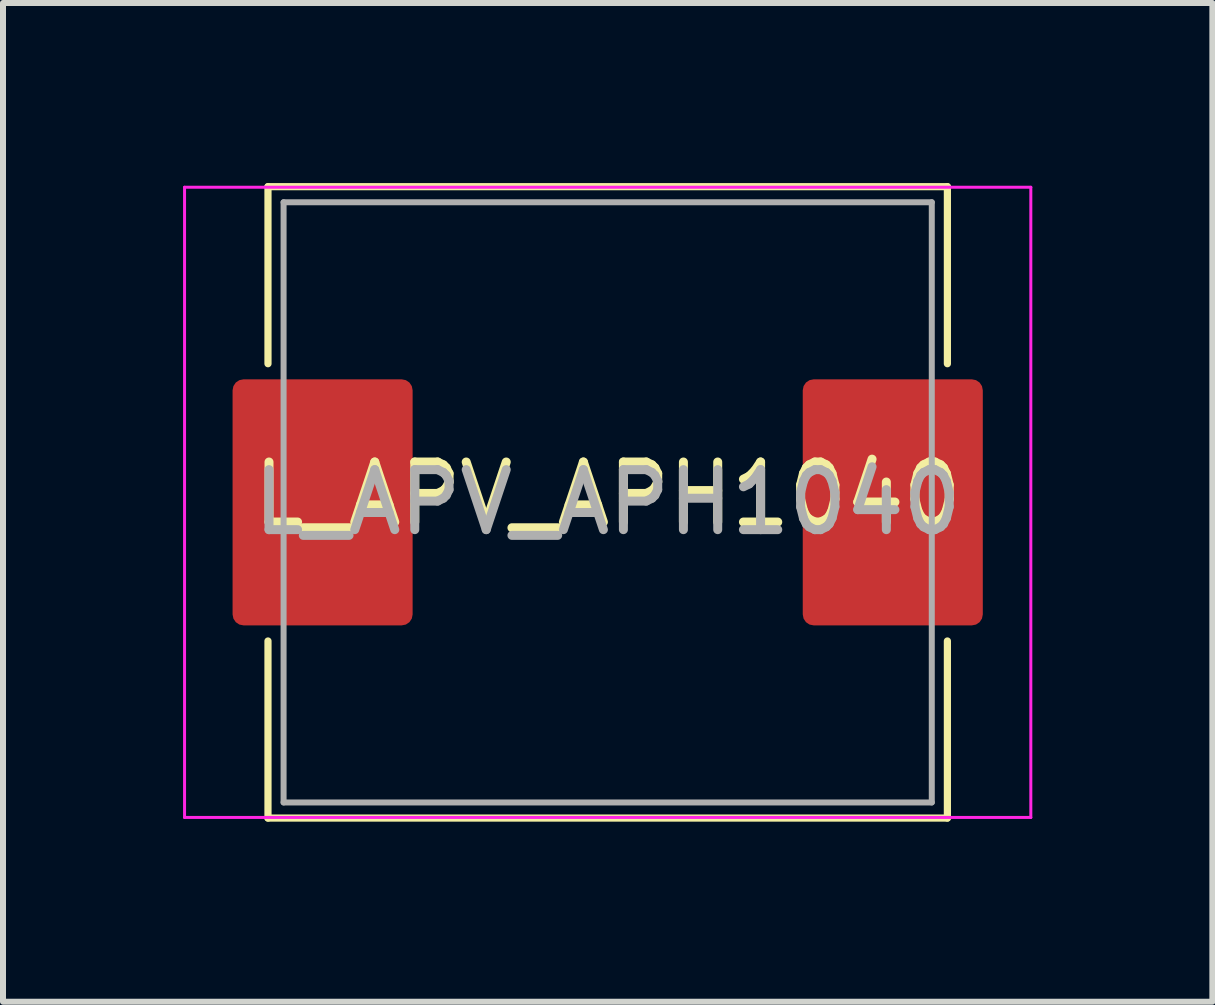
<source format=kicad_pcb>
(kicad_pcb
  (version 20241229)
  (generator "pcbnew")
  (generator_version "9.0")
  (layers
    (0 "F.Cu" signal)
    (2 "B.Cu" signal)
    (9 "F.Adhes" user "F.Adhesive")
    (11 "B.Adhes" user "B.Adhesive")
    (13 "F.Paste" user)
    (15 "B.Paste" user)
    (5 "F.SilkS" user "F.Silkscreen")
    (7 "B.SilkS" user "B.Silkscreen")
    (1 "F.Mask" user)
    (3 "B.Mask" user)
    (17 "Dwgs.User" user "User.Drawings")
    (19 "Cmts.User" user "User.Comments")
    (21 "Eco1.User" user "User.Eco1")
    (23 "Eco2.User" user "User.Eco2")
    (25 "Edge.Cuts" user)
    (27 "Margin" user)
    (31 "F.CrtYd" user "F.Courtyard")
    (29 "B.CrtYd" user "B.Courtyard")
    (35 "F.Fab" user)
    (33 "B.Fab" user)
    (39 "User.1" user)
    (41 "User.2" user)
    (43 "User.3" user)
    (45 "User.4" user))
  (footprint "L_APV_APH1040"
    (layer "F.Cu")
    (at 7.075 5.32)
    (property "Reference" "L_APV_APH1040" (at 0 -0.127 0) (layer "F.SilkS") (effects (font (size 1 1) (thickness 0.15))))
    (attr smd)
    (fp_line (start -5.66 -5.26) (end -5.66 -2.31) (stroke (width 0.12) (type solid)) (layer "F.SilkS"))
    (fp_line (start -5.66 -5.26) (end 5.66 -5.26) (stroke (width 0.12) (type solid)) (layer "F.SilkS"))
    (fp_line (start -5.66 5.26) (end -5.66 2.31) (stroke (width 0.12) (type solid)) (layer "F.SilkS"))
    (fp_line (start -5.66 5.26) (end 5.66 5.26) (stroke (width 0.12) (type solid)) (layer "F.SilkS"))
    (fp_line (start 5.66 -5.26) (end 5.66 -2.31) (stroke (width 0.12) (type solid)) (layer "F.SilkS"))
    (fp_line (start 5.66 5.26) (end 5.66 2.31) (stroke (width 0.12) (type solid)) (layer "F.SilkS"))
    (fp_line (start -7.05 -5.25) (end -7.05 5.25) (stroke (width 0.05) (type solid)) (layer "F.CrtYd"))
    (fp_line (start -7.05 5.25) (end 7.05 5.25) (stroke (width 0.05) (type solid)) (layer "F.CrtYd"))
    (fp_line (start 7.05 -5.25) (end -7.05 -5.25) (stroke (width 0.05) (type solid)) (layer "F.CrtYd"))
    (fp_line (start 7.05 5.25) (end 7.05 -5.25) (stroke (width 0.05) (type solid)) (layer "F.CrtYd"))
    (fp_line (start -5.4 -5) (end -5.4 5) (stroke (width 0.1) (type solid)) (layer "F.Fab"))
    (fp_line (start -5.4 5) (end 5.4 5) (stroke (width 0.1) (type solid)) (layer "F.Fab"))
    (fp_line (start 5.4 -5) (end -5.4 -5) (stroke (width 0.1) (type solid)) (layer "F.Fab"))
    (fp_line (start 5.4 5) (end 5.4 -5) (stroke (width 0.1) (type solid)) (layer "F.Fab"))
    (fp_text user "${REFERENCE}" (at 0 0 0) (layer "F.Fab") (effects (font (size 1 1) (thickness 0.15))))
    (pad "1" smd roundrect (at -4.75 0) (size 3 4.1) (layers "F.Cu" "F.Mask" "F.Paste") (roundrect_rratio 0.061))
    (pad "2" smd roundrect (at 4.75 0) (size 3 4.1) (layers "F.Cu" "F.Mask" "F.Paste") (roundrect_rratio 0.061)))
  (gr_rect
    (start -3 -3)
    (end 17.15 13.64)
    (stroke (width 0.1) (type default))
    (fill no)
    (layer "Edge.Cuts")))
</source>
